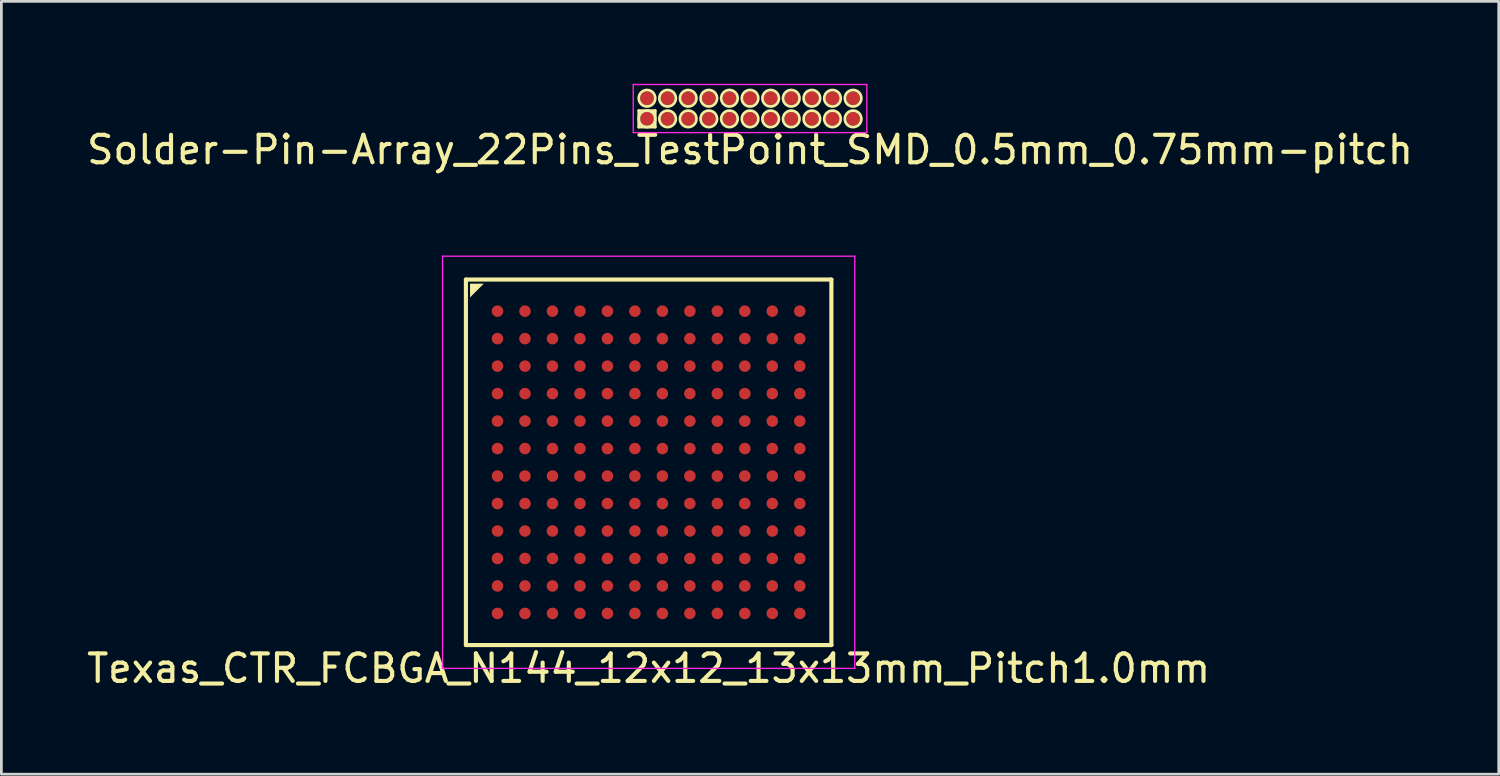
<source format=kicad_pcb>
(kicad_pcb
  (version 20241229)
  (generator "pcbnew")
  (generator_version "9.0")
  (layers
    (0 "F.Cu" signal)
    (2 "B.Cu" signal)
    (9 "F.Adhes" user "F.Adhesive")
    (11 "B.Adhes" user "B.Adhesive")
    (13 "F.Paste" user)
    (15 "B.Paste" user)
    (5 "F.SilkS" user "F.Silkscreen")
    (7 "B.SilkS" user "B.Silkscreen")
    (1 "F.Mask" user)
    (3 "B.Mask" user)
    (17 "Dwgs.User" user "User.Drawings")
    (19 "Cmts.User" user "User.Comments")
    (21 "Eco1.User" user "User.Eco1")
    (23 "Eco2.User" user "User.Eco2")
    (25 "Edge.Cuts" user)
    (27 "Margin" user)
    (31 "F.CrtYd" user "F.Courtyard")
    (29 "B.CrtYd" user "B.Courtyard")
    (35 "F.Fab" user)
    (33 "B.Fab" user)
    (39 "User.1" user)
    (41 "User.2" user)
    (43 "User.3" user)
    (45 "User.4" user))
  (footprint "Solder-Pin-Array_22Pins_TestPoint_SMD_0.5mm_0.75mm-pitch"
    (layer "F.Cu")
    (at 24.244 0.9)
    (property "Reference" "Solder-Pin-Array_22Pins_TestPoint_SMD_0.5mm_0.75mm-pitch" (at 0 1.5 0) (layer "F.SilkS") (effects (font (size 1 1) (thickness 0.15))))
    (attr through_hole)
    (fp_line (start -4.05 0.075) (end -3.45 0.075) (stroke (width 0.1) (type solid)) (layer "F.SilkS"))
    (fp_line (start -4.05 0.675) (end -4.05 0.075) (stroke (width 0.1) (type solid)) (layer "F.SilkS"))
    (fp_line (start -3.45 0.075) (end -3.45 0.675) (stroke (width 0.1) (type solid)) (layer "F.SilkS"))
    (fp_line (start -3.45 0.675) (end -4.05 0.675) (stroke (width 0.1) (type solid)) (layer "F.SilkS"))
    (fp_circle (center -3.75 -0.375) (end -3.45 -0.375) (stroke (width 0.1) (type solid)) (fill no) (layer "F.SilkS"))
    (fp_circle (center -3.75 0.375) (end -3.45 0.375) (stroke (width 0.1) (type solid)) (fill no) (layer "F.SilkS"))
    (fp_circle (center -3 -0.375) (end -2.7 -0.375) (stroke (width 0.1) (type solid)) (fill no) (layer "F.SilkS"))
    (fp_circle (center -3 0.375) (end -2.7 0.375) (stroke (width 0.1) (type solid)) (fill no) (layer "F.SilkS"))
    (fp_circle (center -2.25 -0.375) (end -1.95 -0.375) (stroke (width 0.1) (type solid)) (fill no) (layer "F.SilkS"))
    (fp_circle (center -2.25 0.375) (end -1.95 0.375) (stroke (width 0.1) (type solid)) (fill no) (layer "F.SilkS"))
    (fp_circle (center -1.5 -0.375) (end -1.2 -0.375) (stroke (width 0.1) (type solid)) (fill no) (layer "F.SilkS"))
    (fp_circle (center -1.5 0.375) (end -1.2 0.375) (stroke (width 0.1) (type solid)) (fill no) (layer "F.SilkS"))
    (fp_circle (center -0.75 -0.375) (end -0.45 -0.375) (stroke (width 0.1) (type solid)) (fill no) (layer "F.SilkS"))
    (fp_circle (center -0.75 0.375) (end -0.45 0.375) (stroke (width 0.1) (type solid)) (fill no) (layer "F.SilkS"))
    (fp_circle (center 0 -0.375) (end 0.3 -0.375) (stroke (width 0.1) (type solid)) (fill no) (layer "F.SilkS"))
    (fp_circle (center 0 0.375) (end 0.3 0.375) (stroke (width 0.1) (type solid)) (fill no) (layer "F.SilkS"))
    (fp_circle (center 0.75 -0.375) (end 1.05 -0.375) (stroke (width 0.1) (type solid)) (fill no) (layer "F.SilkS"))
    (fp_circle (center 0.75 0.375) (end 1.05 0.375) (stroke (width 0.1) (type solid)) (fill no) (layer "F.SilkS"))
    (fp_circle (center 1.5 -0.375) (end 1.8 -0.375) (stroke (width 0.1) (type solid)) (fill no) (layer "F.SilkS"))
    (fp_circle (center 1.5 0.375) (end 1.8 0.375) (stroke (width 0.1) (type solid)) (fill no) (layer "F.SilkS"))
    (fp_circle (center 2.25 -0.375) (end 2.55 -0.375) (stroke (width 0.1) (type solid)) (fill no) (layer "F.SilkS"))
    (fp_circle (center 2.25 0.375) (end 2.55 0.375) (stroke (width 0.1) (type solid)) (fill no) (layer "F.SilkS"))
    (fp_circle (center 3 -0.375) (end 3.3 -0.375) (stroke (width 0.1) (type solid)) (fill no) (layer "F.SilkS"))
    (fp_circle (center 3 0.375) (end 3.3 0.375) (stroke (width 0.1) (type solid)) (fill no) (layer "F.SilkS"))
    (fp_circle (center 3.75 -0.375) (end 4.05 -0.375) (stroke (width 0.1) (type solid)) (fill no) (layer "F.SilkS"))
    (fp_circle (center 3.75 0.375) (end 4.05 0.375) (stroke (width 0.1) (type solid)) (fill no) (layer "F.SilkS"))
    (fp_line (start -4.25 -0.875) (end -4.25 0.875) (stroke (width 0.05) (type solid)) (layer "F.CrtYd"))
    (fp_line (start -4.25 0.875) (end 4.25 0.875) (stroke (width 0.05) (type solid)) (layer "F.CrtYd"))
    (fp_line (start 4.25 -0.875) (end -4.25 -0.875) (stroke (width 0.05) (type solid)) (layer "F.CrtYd"))
    (fp_line (start 4.25 0.875) (end 4.25 -0.875) (stroke (width 0.05) (type solid)) (layer "F.CrtYd"))
    (pad "1" smd circle (at -3.75 0.375) (size 0.5 0.5) (layers "F.Cu" "F.Mask"))
    (pad "2" smd circle (at -3.75 -0.375) (size 0.5 0.5) (layers "F.Cu" "F.Mask"))
    (pad "3" smd circle (at -3 0.375) (size 0.5 0.5) (layers "F.Cu" "F.Mask"))
    (pad "4" smd circle (at -3 -0.375) (size 0.5 0.5) (layers "F.Cu" "F.Mask"))
    (pad "5" smd circle (at -2.25 0.375) (size 0.5 0.5) (layers "F.Cu" "F.Mask"))
    (pad "6" smd circle (at -2.25 -0.375) (size 0.5 0.5) (layers "F.Cu" "F.Mask"))
    (pad "7" smd circle (at -1.5 0.375) (size 0.5 0.5) (layers "F.Cu" "F.Mask"))
    (pad "8" smd circle (at -1.5 -0.375) (size 0.5 0.5) (layers "F.Cu" "F.Mask"))
    (pad "9" smd circle (at -0.75 0.375) (size 0.5 0.5) (layers "F.Cu" "F.Mask"))
    (pad "10" smd circle (at -0.75 -0.375) (size 0.5 0.5) (layers "F.Cu" "F.Mask"))
    (pad "11" smd circle (at 0 0.375) (size 0.5 0.5) (layers "F.Cu" "F.Mask"))
    (pad "12" smd circle (at 0 -0.375) (size 0.5 0.5) (layers "F.Cu" "F.Mask"))
    (pad "13" smd circle (at 0.75 0.375) (size 0.5 0.5) (layers "F.Cu" "F.Mask"))
    (pad "14" smd circle (at 0.75 -0.375) (size 0.5 0.5) (layers "F.Cu" "F.Mask"))
    (pad "15" smd circle (at 1.5 0.375) (size 0.5 0.5) (layers "F.Cu" "F.Mask"))
    (pad "16" smd circle (at 1.5 -0.375) (size 0.5 0.5) (layers "F.Cu" "F.Mask"))
    (pad "17" smd circle (at 2.25 0.375) (size 0.5 0.5) (layers "F.Cu" "F.Mask"))
    (pad "18" smd circle (at 2.25 -0.375) (size 0.5 0.5) (layers "F.Cu" "F.Mask"))
    (pad "19" smd circle (at 3 0.375) (size 0.5 0.5) (layers "F.Cu" "F.Mask"))
    (pad "20" smd circle (at 3 -0.375) (size 0.5 0.5) (layers "F.Cu" "F.Mask"))
    (pad "21" smd circle (at 3.75 0.375) (size 0.5 0.5) (layers "F.Cu" "F.Mask"))
    (pad "22" smd circle (at 3.75 -0.375) (size 0.5 0.5) (layers "F.Cu" "F.Mask")))
  (footprint "Texas_CTR_FCBGA_N144_12x12_13x13mm_Pitch1.0mm"
    (layer "F.Cu")
    (at 20.554 13.773)
    (property "Reference" "Texas_CTR_FCBGA_N144_12x12_13x13mm_Pitch1.0mm" (at 0 7.5 0) (layer "F.SilkS") (effects (font (size 1 1) (thickness 0.15))))
    (attr smd)
    (fp_line (start -6.65 -6.65) (end -6.65 6.65) (stroke (width 0.15) (type solid)) (layer "F.SilkS"))
    (fp_line (start -6.65 6.65) (end 6.65 6.65) (stroke (width 0.15) (type solid)) (layer "F.SilkS"))
    (fp_line (start 6.65 -6.65) (end -6.65 -6.65) (stroke (width 0.15) (type solid)) (layer "F.SilkS"))
    (fp_line (start 6.65 6.65) (end 6.65 -6.65) (stroke (width 0.15) (type solid)) (layer "F.SilkS"))
    (fp_poly (pts (xy -6.5 -6.5) (xy -6 -6.5) (xy -6.5 -6)) (stroke (width 0) (type solid)) (fill yes) (layer "F.SilkS"))
    (fp_line (start -7.5 -7.5) (end -7.5 7.5) (stroke (width 0.05) (type solid)) (layer "F.CrtYd"))
    (fp_line (start -7.5 7.5) (end 7.5 7.5) (stroke (width 0.05) (type solid)) (layer "F.CrtYd"))
    (fp_line (start 7.5 -7.5) (end -7.5 -7.5) (stroke (width 0.05) (type solid)) (layer "F.CrtYd"))
    (fp_line (start 7.5 7.5) (end 7.5 -7.5) (stroke (width 0.05) (type solid)) (layer "F.CrtYd"))
    (pad "A1" smd circle (at -5.5 -5.5) (size 0.42 0.42) (layers "F.Cu" "F.Mask" "F.Paste"))
    (pad "A2" smd circle (at -4.5 -5.5) (size 0.42 0.42) (layers "F.Cu" "F.Mask" "F.Paste"))
    (pad "A3" smd circle (at -3.5 -5.5) (size 0.42 0.42) (layers "F.Cu" "F.Mask" "F.Paste"))
    (pad "A4" smd circle (at -2.5 -5.5) (size 0.42 0.42) (layers "F.Cu" "F.Mask" "F.Paste"))
    (pad "A5" smd circle (at -1.5 -5.5) (size 0.42 0.42) (layers "F.Cu" "F.Mask" "F.Paste"))
    (pad "A6" smd circle (at -0.5 -5.5) (size 0.42 0.42) (layers "F.Cu" "F.Mask" "F.Paste"))
    (pad "A7" smd circle (at 0.5 -5.5) (size 0.42 0.42) (layers "F.Cu" "F.Mask" "F.Paste"))
    (pad "A8" smd circle (at 1.5 -5.5) (size 0.42 0.42) (layers "F.Cu" "F.Mask" "F.Paste"))
    (pad "A9" smd circle (at 2.5 -5.5) (size 0.42 0.42) (layers "F.Cu" "F.Mask" "F.Paste"))
    (pad "A10" smd circle (at 3.5 -5.5) (size 0.42 0.42) (layers "F.Cu" "F.Mask" "F.Paste"))
    (pad "A11" smd circle (at 4.5 -5.5) (size 0.42 0.42) (layers "F.Cu" "F.Mask" "F.Paste"))
    (pad "A12" smd circle (at 5.5 -5.5) (size 0.42 0.42) (layers "F.Cu" "F.Mask" "F.Paste"))
    (pad "B1" smd circle (at -5.5 -4.5) (size 0.42 0.42) (layers "F.Cu" "F.Mask" "F.Paste"))
    (pad "B2" smd circle (at -4.5 -4.5) (size 0.42 0.42) (layers "F.Cu" "F.Mask" "F.Paste"))
    (pad "B3" smd circle (at -3.5 -4.5) (size 0.42 0.42) (layers "F.Cu" "F.Mask" "F.Paste"))
    (pad "B4" smd circle (at -2.5 -4.5) (size 0.42 0.42) (layers "F.Cu" "F.Mask" "F.Paste"))
    (pad "B5" smd circle (at -1.5 -4.5) (size 0.42 0.42) (layers "F.Cu" "F.Mask" "F.Paste"))
    (pad "B6" smd circle (at -0.5 -4.5) (size 0.42 0.42) (layers "F.Cu" "F.Mask" "F.Paste"))
    (pad "B7" smd circle (at 0.5 -4.5) (size 0.42 0.42) (layers "F.Cu" "F.Mask" "F.Paste"))
    (pad "B8" smd circle (at 1.5 -4.5) (size 0.42 0.42) (layers "F.Cu" "F.Mask" "F.Paste"))
    (pad "B9" smd circle (at 2.5 -4.5) (size 0.42 0.42) (layers "F.Cu" "F.Mask" "F.Paste"))
    (pad "B10" smd circle (at 3.5 -4.5) (size 0.42 0.42) (layers "F.Cu" "F.Mask" "F.Paste"))
    (pad "B11" smd circle (at 4.5 -4.5) (size 0.42 0.42) (layers "F.Cu" "F.Mask" "F.Paste"))
    (pad "B12" smd circle (at 5.5 -4.5) (size 0.42 0.42) (layers "F.Cu" "F.Mask" "F.Paste"))
    (pad "C1" smd circle (at -5.5 -3.5) (size 0.42 0.42) (layers "F.Cu" "F.Mask" "F.Paste"))
    (pad "C2" smd circle (at -4.5 -3.5) (size 0.42 0.42) (layers "F.Cu" "F.Mask" "F.Paste"))
    (pad "C3" smd circle (at -3.5 -3.5) (size 0.42 0.42) (layers "F.Cu" "F.Mask" "F.Paste"))
    (pad "C4" smd circle (at -2.5 -3.5) (size 0.42 0.42) (layers "F.Cu" "F.Mask" "F.Paste"))
    (pad "C5" smd circle (at -1.5 -3.5) (size 0.42 0.42) (layers "F.Cu" "F.Mask" "F.Paste"))
    (pad "C6" smd circle (at -0.5 -3.5) (size 0.42 0.42) (layers "F.Cu" "F.Mask" "F.Paste"))
    (pad "C7" smd circle (at 0.5 -3.5) (size 0.42 0.42) (layers "F.Cu" "F.Mask" "F.Paste"))
    (pad "C8" smd circle (at 1.5 -3.5) (size 0.42 0.42) (layers "F.Cu" "F.Mask" "F.Paste"))
    (pad "C9" smd circle (at 2.5 -3.5) (size 0.42 0.42) (layers "F.Cu" "F.Mask" "F.Paste"))
    (pad "C10" smd circle (at 3.5 -3.5) (size 0.42 0.42) (layers "F.Cu" "F.Mask" "F.Paste"))
    (pad "C11" smd circle (at 4.5 -3.5) (size 0.42 0.42) (layers "F.Cu" "F.Mask" "F.Paste"))
    (pad "C12" smd circle (at 5.5 -3.5) (size 0.42 0.42) (layers "F.Cu" "F.Mask" "F.Paste"))
    (pad "D1" smd circle (at -5.5 -2.5) (size 0.42 0.42) (layers "F.Cu" "F.Mask" "F.Paste"))
    (pad "D2" smd circle (at -4.5 -2.5) (size 0.42 0.42) (layers "F.Cu" "F.Mask" "F.Paste"))
    (pad "D3" smd circle (at -3.5 -2.5) (size 0.42 0.42) (layers "F.Cu" "F.Mask" "F.Paste"))
    (pad "D4" smd circle (at -2.5 -2.5) (size 0.42 0.42) (layers "F.Cu" "F.Mask" "F.Paste"))
    (pad "D5" smd circle (at -1.5 -2.5) (size 0.42 0.42) (layers "F.Cu" "F.Mask" "F.Paste"))
    (pad "D6" smd circle (at -0.5 -2.5) (size 0.42 0.42) (layers "F.Cu" "F.Mask" "F.Paste"))
    (pad "D7" smd circle (at 0.5 -2.5) (size 0.42 0.42) (layers "F.Cu" "F.Mask" "F.Paste"))
    (pad "D8" smd circle (at 1.5 -2.5) (size 0.42 0.42) (layers "F.Cu" "F.Mask" "F.Paste"))
    (pad "D9" smd circle (at 2.5 -2.5) (size 0.42 0.42) (layers "F.Cu" "F.Mask" "F.Paste"))
    (pad "D10" smd circle (at 3.5 -2.5) (size 0.42 0.42) (layers "F.Cu" "F.Mask" "F.Paste"))
    (pad "D11" smd circle (at 4.5 -2.5) (size 0.42 0.42) (layers "F.Cu" "F.Mask" "F.Paste"))
    (pad "D12" smd circle (at 5.5 -2.5) (size 0.42 0.42) (layers "F.Cu" "F.Mask" "F.Paste"))
    (pad "E1" smd circle (at -5.5 -1.5) (size 0.42 0.42) (layers "F.Cu" "F.Mask" "F.Paste"))
    (pad "E2" smd circle (at -4.5 -1.5) (size 0.42 0.42) (layers "F.Cu" "F.Mask" "F.Paste"))
    (pad "E3" smd circle (at -3.5 -1.5) (size 0.42 0.42) (layers "F.Cu" "F.Mask" "F.Paste"))
    (pad "E4" smd circle (at -2.5 -1.5) (size 0.42 0.42) (layers "F.Cu" "F.Mask" "F.Paste"))
    (pad "E5" smd circle (at -1.5 -1.5) (size 0.42 0.42) (layers "F.Cu" "F.Mask" "F.Paste"))
    (pad "E6" smd circle (at -0.5 -1.5) (size 0.42 0.42) (layers "F.Cu" "F.Mask" "F.Paste"))
    (pad "E7" smd circle (at 0.5 -1.5) (size 0.42 0.42) (layers "F.Cu" "F.Mask" "F.Paste"))
    (pad "E8" smd circle (at 1.5 -1.5) (size 0.42 0.42) (layers "F.Cu" "F.Mask" "F.Paste"))
    (pad "E9" smd circle (at 2.5 -1.5) (size 0.42 0.42) (layers "F.Cu" "F.Mask" "F.Paste"))
    (pad "E10" smd circle (at 3.5 -1.5) (size 0.42 0.42) (layers "F.Cu" "F.Mask" "F.Paste"))
    (pad "E11" smd circle (at 4.5 -1.5) (size 0.42 0.42) (layers "F.Cu" "F.Mask" "F.Paste"))
    (pad "E12" smd circle (at 5.5 -1.5) (size 0.42 0.42) (layers "F.Cu" "F.Mask" "F.Paste"))
    (pad "F1" smd circle (at -5.5 -0.5) (size 0.42 0.42) (layers "F.Cu" "F.Mask" "F.Paste"))
    (pad "F2" smd circle (at -4.5 -0.5) (size 0.42 0.42) (layers "F.Cu" "F.Mask" "F.Paste"))
    (pad "F3" smd circle (at -3.5 -0.5) (size 0.42 0.42) (layers "F.Cu" "F.Mask" "F.Paste"))
    (pad "F4" smd circle (at -2.5 -0.5) (size 0.42 0.42) (layers "F.Cu" "F.Mask" "F.Paste"))
    (pad "F5" smd circle (at -1.5 -0.5) (size 0.42 0.42) (layers "F.Cu" "F.Mask" "F.Paste"))
    (pad "F6" smd circle (at -0.5 -0.5) (size 0.42 0.42) (layers "F.Cu" "F.Mask" "F.Paste"))
    (pad "F7" smd circle (at 0.5 -0.5) (size 0.42 0.42) (layers "F.Cu" "F.Mask" "F.Paste"))
    (pad "F8" smd circle (at 1.5 -0.5) (size 0.42 0.42) (layers "F.Cu" "F.Mask" "F.Paste"))
    (pad "F9" smd circle (at 2.5 -0.5) (size 0.42 0.42) (layers "F.Cu" "F.Mask" "F.Paste"))
    (pad "F10" smd circle (at 3.5 -0.5) (size 0.42 0.42) (layers "F.Cu" "F.Mask" "F.Paste"))
    (pad "F11" smd circle (at 4.5 -0.5) (size 0.42 0.42) (layers "F.Cu" "F.Mask" "F.Paste"))
    (pad "F12" smd circle (at 5.5 -0.5) (size 0.42 0.42) (layers "F.Cu" "F.Mask" "F.Paste"))
    (pad "G1" smd circle (at -5.5 0.5) (size 0.42 0.42) (layers "F.Cu" "F.Mask" "F.Paste"))
    (pad "G2" smd circle (at -4.5 0.5) (size 0.42 0.42) (layers "F.Cu" "F.Mask" "F.Paste"))
    (pad "G3" smd circle (at -3.5 0.5) (size 0.42 0.42) (layers "F.Cu" "F.Mask" "F.Paste"))
    (pad "G4" smd circle (at -2.5 0.5) (size 0.42 0.42) (layers "F.Cu" "F.Mask" "F.Paste"))
    (pad "G5" smd circle (at -1.5 0.5) (size 0.42 0.42) (layers "F.Cu" "F.Mask" "F.Paste"))
    (pad "G6" smd circle (at -0.5 0.5) (size 0.42 0.42) (layers "F.Cu" "F.Mask" "F.Paste"))
    (pad "G7" smd circle (at 0.5 0.5) (size 0.42 0.42) (layers "F.Cu" "F.Mask" "F.Paste"))
    (pad "G8" smd circle (at 1.5 0.5) (size 0.42 0.42) (layers "F.Cu" "F.Mask" "F.Paste"))
    (pad "G9" smd circle (at 2.5 0.5) (size 0.42 0.42) (layers "F.Cu" "F.Mask" "F.Paste"))
    (pad "G10" smd circle (at 3.5 0.5) (size 0.42 0.42) (layers "F.Cu" "F.Mask" "F.Paste"))
    (pad "G11" smd circle (at 4.5 0.5) (size 0.42 0.42) (layers "F.Cu" "F.Mask" "F.Paste"))
    (pad "G12" smd circle (at 5.5 0.5) (size 0.42 0.42) (layers "F.Cu" "F.Mask" "F.Paste"))
    (pad "H1" smd circle (at -5.5 1.5) (size 0.42 0.42) (layers "F.Cu" "F.Mask" "F.Paste"))
    (pad "H2" smd circle (at -4.5 1.5) (size 0.42 0.42) (layers "F.Cu" "F.Mask" "F.Paste"))
    (pad "H3" smd circle (at -3.5 1.5) (size 0.42 0.42) (layers "F.Cu" "F.Mask" "F.Paste"))
    (pad "H4" smd circle (at -2.5 1.5) (size 0.42 0.42) (layers "F.Cu" "F.Mask" "F.Paste"))
    (pad "H5" smd circle (at -1.5 1.5) (size 0.42 0.42) (layers "F.Cu" "F.Mask" "F.Paste"))
    (pad "H6" smd circle (at -0.5 1.5) (size 0.42 0.42) (layers "F.Cu" "F.Mask" "F.Paste"))
    (pad "H7" smd circle (at 0.5 1.5) (size 0.42 0.42) (layers "F.Cu" "F.Mask" "F.Paste"))
    (pad "H8" smd circle (at 1.5 1.5) (size 0.42 0.42) (layers "F.Cu" "F.Mask" "F.Paste"))
    (pad "H9" smd circle (at 2.5 1.5) (size 0.42 0.42) (layers "F.Cu" "F.Mask" "F.Paste"))
    (pad "H10" smd circle (at 3.5 1.5) (size 0.42 0.42) (layers "F.Cu" "F.Mask" "F.Paste"))
    (pad "H11" smd circle (at 4.5 1.5) (size 0.42 0.42) (layers "F.Cu" "F.Mask" "F.Paste"))
    (pad "H12" smd circle (at 5.5 1.5) (size 0.42 0.42) (layers "F.Cu" "F.Mask" "F.Paste"))
    (pad "J1" smd circle (at -5.5 2.5) (size 0.42 0.42) (layers "F.Cu" "F.Mask" "F.Paste"))
    (pad "J2" smd circle (at -4.5 2.5) (size 0.42 0.42) (layers "F.Cu" "F.Mask" "F.Paste"))
    (pad "J3" smd circle (at -3.5 2.5) (size 0.42 0.42) (layers "F.Cu" "F.Mask" "F.Paste"))
    (pad "J4" smd circle (at -2.5 2.5) (size 0.42 0.42) (layers "F.Cu" "F.Mask" "F.Paste"))
    (pad "J5" smd circle (at -1.5 2.5) (size 0.42 0.42) (layers "F.Cu" "F.Mask" "F.Paste"))
    (pad "J6" smd circle (at -0.5 2.5) (size 0.42 0.42) (layers "F.Cu" "F.Mask" "F.Paste"))
    (pad "J7" smd circle (at 0.5 2.5) (size 0.42 0.42) (layers "F.Cu" "F.Mask" "F.Paste"))
    (pad "J8" smd circle (at 1.5 2.5) (size 0.42 0.42) (layers "F.Cu" "F.Mask" "F.Paste"))
    (pad "J9" smd circle (at 2.5 2.5) (size 0.42 0.42) (layers "F.Cu" "F.Mask" "F.Paste"))
    (pad "J10" smd circle (at 3.5 2.5) (size 0.42 0.42) (layers "F.Cu" "F.Mask" "F.Paste"))
    (pad "J11" smd circle (at 4.5 2.5) (size 0.42 0.42) (layers "F.Cu" "F.Mask" "F.Paste"))
    (pad "J12" smd circle (at 5.5 2.5) (size 0.42 0.42) (layers "F.Cu" "F.Mask" "F.Paste"))
    (pad "K1" smd circle (at -5.5 3.5) (size 0.42 0.42) (layers "F.Cu" "F.Mask" "F.Paste"))
    (pad "K2" smd circle (at -4.5 3.5) (size 0.42 0.42) (layers "F.Cu" "F.Mask" "F.Paste"))
    (pad "K3" smd circle (at -3.5 3.5) (size 0.42 0.42) (layers "F.Cu" "F.Mask" "F.Paste"))
    (pad "K4" smd circle (at -2.5 3.5) (size 0.42 0.42) (layers "F.Cu" "F.Mask" "F.Paste"))
    (pad "K5" smd circle (at -1.5 3.5) (size 0.42 0.42) (layers "F.Cu" "F.Mask" "F.Paste"))
    (pad "K6" smd circle (at -0.5 3.5) (size 0.42 0.42) (layers "F.Cu" "F.Mask" "F.Paste"))
    (pad "K7" smd circle (at 0.5 3.5) (size 0.42 0.42) (layers "F.Cu" "F.Mask" "F.Paste"))
    (pad "K8" smd circle (at 1.5 3.5) (size 0.42 0.42) (layers "F.Cu" "F.Mask" "F.Paste"))
    (pad "K9" smd circle (at 2.5 3.5) (size 0.42 0.42) (layers "F.Cu" "F.Mask" "F.Paste"))
    (pad "K10" smd circle (at 3.5 3.5) (size 0.42 0.42) (layers "F.Cu" "F.Mask" "F.Paste"))
    (pad "K11" smd circle (at 4.5 3.5) (size 0.42 0.42) (layers "F.Cu" "F.Mask" "F.Paste"))
    (pad "K12" smd circle (at 5.5 3.5) (size 0.42 0.42) (layers "F.Cu" "F.Mask" "F.Paste"))
    (pad "L1" smd circle (at -5.5 4.5) (size 0.42 0.42) (layers "F.Cu" "F.Mask" "F.Paste"))
    (pad "L2" smd circle (at -4.5 4.5) (size 0.42 0.42) (layers "F.Cu" "F.Mask" "F.Paste"))
    (pad "L3" smd circle (at -3.5 4.5) (size 0.42 0.42) (layers "F.Cu" "F.Mask" "F.Paste"))
    (pad "L4" smd circle (at -2.5 4.5) (size 0.42 0.42) (layers "F.Cu" "F.Mask" "F.Paste"))
    (pad "L5" smd circle (at -1.5 4.5) (size 0.42 0.42) (layers "F.Cu" "F.Mask" "F.Paste"))
    (pad "L6" smd circle (at -0.5 4.5) (size 0.42 0.42) (layers "F.Cu" "F.Mask" "F.Paste"))
    (pad "L7" smd circle (at 0.5 4.5) (size 0.42 0.42) (layers "F.Cu" "F.Mask" "F.Paste"))
    (pad "L8" smd circle (at 1.5 4.5) (size 0.42 0.42) (layers "F.Cu" "F.Mask" "F.Paste"))
    (pad "L9" smd circle (at 2.5 4.5) (size 0.42 0.42) (layers "F.Cu" "F.Mask" "F.Paste"))
    (pad "L10" smd circle (at 3.5 4.5) (size 0.42 0.42) (layers "F.Cu" "F.Mask" "F.Paste"))
    (pad "L11" smd circle (at 4.5 4.5) (size 0.42 0.42) (layers "F.Cu" "F.Mask" "F.Paste"))
    (pad "L12" smd circle (at 5.5 4.5) (size 0.42 0.42) (layers "F.Cu" "F.Mask" "F.Paste"))
    (pad "M1" smd circle (at -5.5 5.5) (size 0.42 0.42) (layers "F.Cu" "F.Mask" "F.Paste"))
    (pad "M2" smd circle (at -4.5 5.5) (size 0.42 0.42) (layers "F.Cu" "F.Mask" "F.Paste"))
    (pad "M3" smd circle (at -3.5 5.5) (size 0.42 0.42) (layers "F.Cu" "F.Mask" "F.Paste"))
    (pad "M4" smd circle (at -2.5 5.5) (size 0.42 0.42) (layers "F.Cu" "F.Mask" "F.Paste"))
    (pad "M5" smd circle (at -1.5 5.5) (size 0.42 0.42) (layers "F.Cu" "F.Mask" "F.Paste"))
    (pad "M6" smd circle (at -0.5 5.5) (size 0.42 0.42) (layers "F.Cu" "F.Mask" "F.Paste"))
    (pad "M7" smd circle (at 0.5 5.5) (size 0.42 0.42) (layers "F.Cu" "F.Mask" "F.Paste"))
    (pad "M8" smd circle (at 1.5 5.5) (size 0.42 0.42) (layers "F.Cu" "F.Mask" "F.Paste"))
    (pad "M9" smd circle (at 2.5 5.5) (size 0.42 0.42) (layers "F.Cu" "F.Mask" "F.Paste"))
    (pad "M10" smd circle (at 3.5 5.5) (size 0.42 0.42) (layers "F.Cu" "F.Mask" "F.Paste"))
    (pad "M11" smd circle (at 4.5 5.5) (size 0.42 0.42) (layers "F.Cu" "F.Mask" "F.Paste"))
    (pad "M12" smd circle (at 5.5 5.5) (size 0.42 0.42) (layers "F.Cu" "F.Mask" "F.Paste")))
  (gr_rect
    (start -3 -3)
    (end 51.488 25.122)
    (stroke (width 0.1) (type default))
    (fill no)
    (layer "Edge.Cuts")))
</source>
